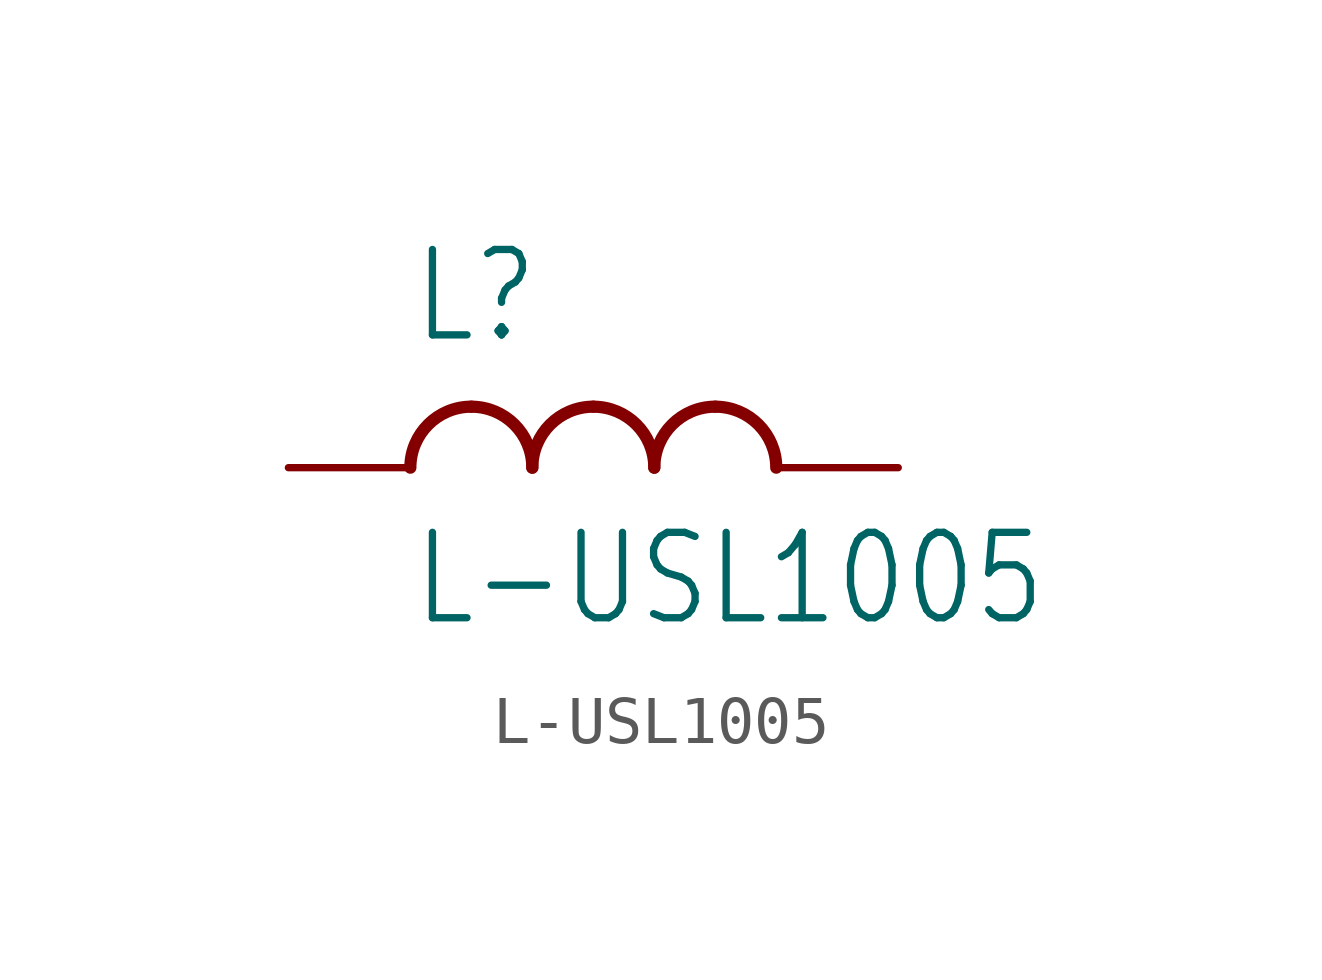
<source format=kicad_sym>
(kicad_symbol_lib
  (version 20211014)
  (generator kicad_symbol_editor)
  (symbol "L-USL1005"
    (property "Reference" "L"
      (at -5.08 2.54 0)
      (effects (font (size 1.778 1.511)) (justify left bottom)))
    (property "Value" "L-USL1005"
      (at -5.08 -1.27 0)
      (effects (font (size 1.778 1.511)) (justify left top)))
    (property "ki_locked" ""
      (at 0 0 0)
      (effects (font (size 1.27 1.27))))
    (symbol "L-USL1005_1_0"
      (arc (start -3.81 1.27) (mid -4.708 0.898) (end -5.08 0) (stroke (width 0.254) (type default) (color 0 0 0 0)) (fill (type none)))
      (arc (start -2.54 0) (mid -2.912 0.898) (end -3.81 1.27) (stroke (width 0.254) (type default) (color 0 0 0 0)) (fill (type none)))
      (arc (start -1.27 1.27) (mid -2.168 0.898) (end -2.54 0) (stroke (width 0.254) (type default) (color 0 0 0 0)) (fill (type none)))
      (arc (start 0 0) (mid -0.372 0.898) (end -1.27 1.27) (stroke (width 0.254) (type default) (color 0 0 0 0)) (fill (type none)))
      (arc (start 1.27 1.27) (mid 0.372 0.898) (end 0 0) (stroke (width 0.254) (type default) (color 0 0 0 0)) (fill (type none)))
      (arc (start 2.54 0) (mid 2.168 0.898) (end 1.27 1.27) (stroke (width 0.254) (type default) (color 0 0 0 0)) (fill (type none)))
      (pin passive line (at -7.62 0 0) (length 2.54) (name "1" (effects (font (size 0 0)))) (number "1" (effects (font (size 0 0)))))
      (pin passive line (at 5.08 0 180) (length 2.54) (name "2" (effects (font (size 0 0)))) (number "2" (effects (font (size 0 0))))))))
</source>
